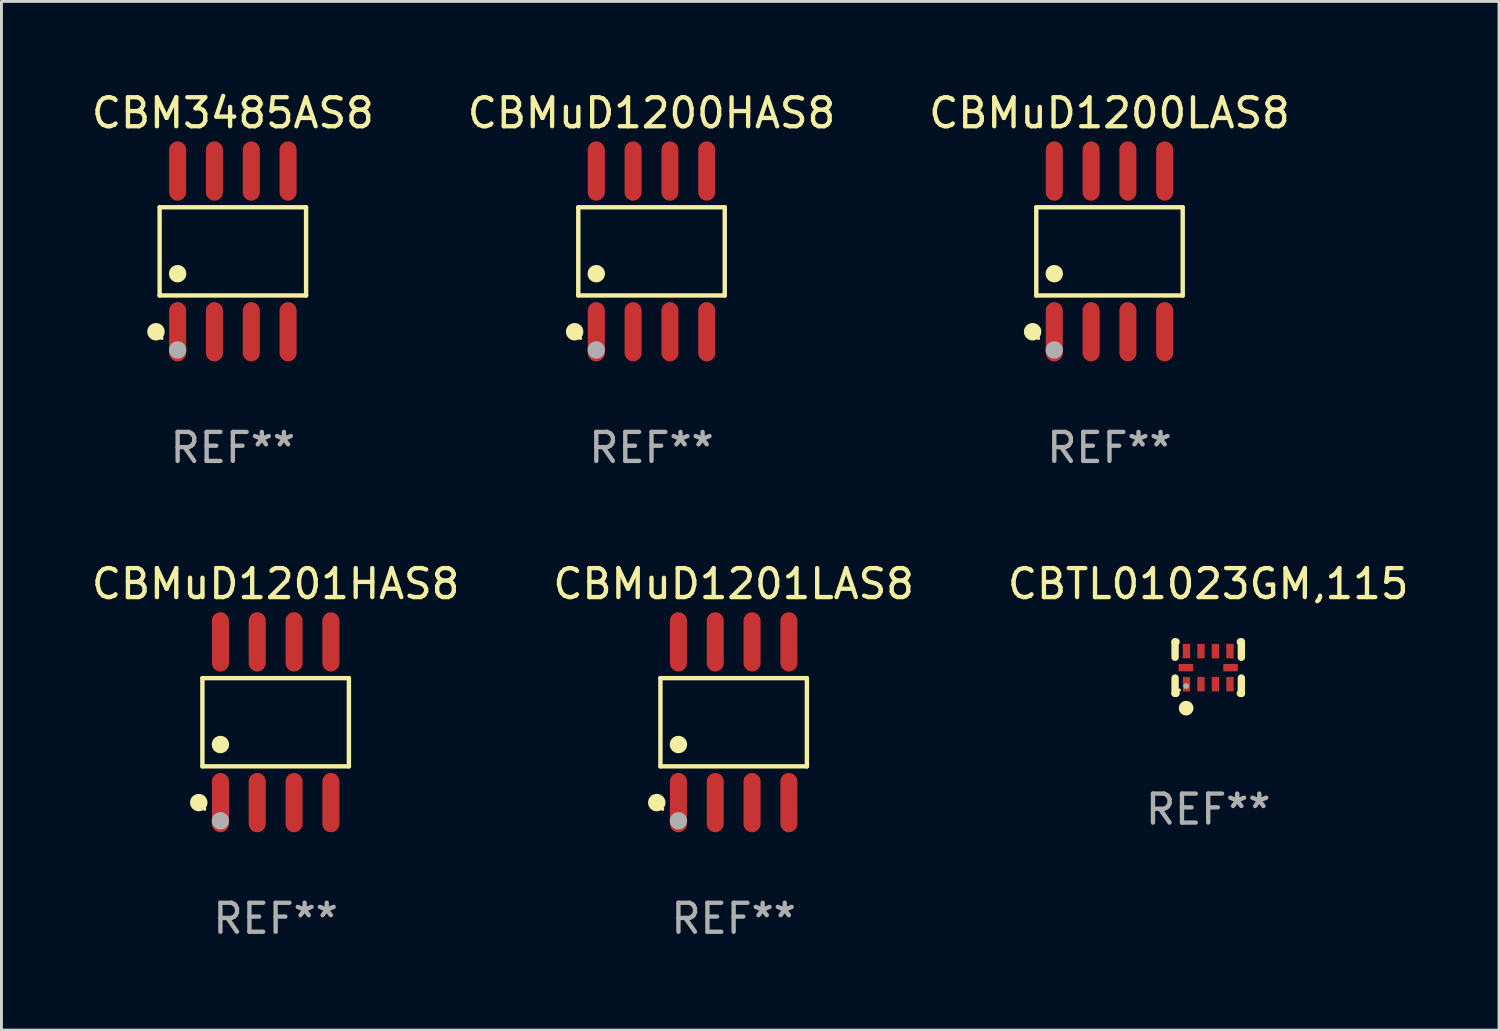
<source format=kicad_pcb>
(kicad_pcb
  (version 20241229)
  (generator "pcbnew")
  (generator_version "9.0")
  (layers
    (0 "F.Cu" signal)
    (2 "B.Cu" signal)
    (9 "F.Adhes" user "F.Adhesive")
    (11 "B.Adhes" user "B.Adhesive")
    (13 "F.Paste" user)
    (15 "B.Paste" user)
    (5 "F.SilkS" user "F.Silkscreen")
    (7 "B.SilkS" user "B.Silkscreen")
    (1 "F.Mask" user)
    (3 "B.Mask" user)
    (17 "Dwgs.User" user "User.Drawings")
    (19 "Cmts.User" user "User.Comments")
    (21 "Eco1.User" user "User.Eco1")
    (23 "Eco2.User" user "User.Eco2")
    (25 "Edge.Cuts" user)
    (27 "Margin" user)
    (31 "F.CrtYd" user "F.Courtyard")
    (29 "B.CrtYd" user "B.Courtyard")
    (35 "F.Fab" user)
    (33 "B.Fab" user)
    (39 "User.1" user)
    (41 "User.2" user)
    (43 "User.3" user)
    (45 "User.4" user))
  (footprint "CBTL01023GM,115"
    (layer "F.Cu")
    (at 38.625 19.979)
    (property "Reference" "CBTL01023GM,115" (at 0 -2.889 0) (layer "F.SilkS") (effects (font (size 1 1) (thickness 0.15))))
    (attr through_hole)
    (fp_line (start -1.143 -0.889) (end -1.143 -0.358) (stroke (width 0.254) (type solid)) (layer "F.SilkS"))
    (fp_line (start -1.143 0.358) (end -1.143 0.889) (stroke (width 0.254) (type solid)) (layer "F.SilkS"))
    (fp_line (start -1.143 0.889) (end -1.108 0.889) (stroke (width 0.254) (type solid)) (layer "F.SilkS"))
    (fp_line (start -1.108 -0.889) (end -1.143 -0.889) (stroke (width 0.254) (type solid)) (layer "F.SilkS"))
    (fp_line (start 1.108 0.889) (end 1.143 0.889) (stroke (width 0.254) (type solid)) (layer "F.SilkS"))
    (fp_line (start 1.143 -0.889) (end 1.108 -0.889) (stroke (width 0.254) (type solid)) (layer "F.SilkS"))
    (fp_line (start 1.143 -0.358) (end 1.143 -0.889) (stroke (width 0.254) (type solid)) (layer "F.SilkS"))
    (fp_line (start 1.143 0.889) (end 1.143 0.358) (stroke (width 0.254) (type solid)) (layer "F.SilkS"))
    (fp_circle (center -1 0.775) (end -0.97 0.775) (stroke (width 0.06) (type solid)) (fill no) (layer "F.SilkS"))
    (fp_circle (center -0.762 1.397) (end -0.635 1.397) (stroke (width 0.254) (type solid)) (fill no) (layer "F.SilkS"))
    (fp_circle (center -0.762 0.635) (end -0.712 0.635) (stroke (width 0.1) (type solid)) (fill no) (layer "F.Fab"))
    (fp_text user "REF**" (at 0 4.889 0) (layer "F.Fab") (effects (font (size 1 1) (thickness 0.15))))
    (pad "1" smd rect (at -0.75 0.57) (size 0.254 0.5) (layers "F.Cu" "F.Mask" "F.Paste"))
    (pad "2" smd rect (at -0.25 0.57) (size 0.254 0.5) (layers "F.Cu" "F.Mask" "F.Paste"))
    (pad "3" smd rect (at 0.25 0.57) (size 0.254 0.5) (layers "F.Cu" "F.Mask" "F.Paste"))
    (pad "4" smd rect (at 0.75 0.57) (size 0.254 0.5) (layers "F.Cu" "F.Mask" "F.Paste"))
    (pad "5" smd rect (at 0.77 0) (size 0.5 0.254) (layers "F.Cu" "F.Mask" "F.Paste"))
    (pad "6" smd rect (at 0.75 -0.57) (size 0.254 0.5) (layers "F.Cu" "F.Mask" "F.Paste"))
    (pad "7" smd rect (at 0.25 -0.57) (size 0.254 0.5) (layers "F.Cu" "F.Mask" "F.Paste"))
    (pad "8" smd rect (at -0.25 -0.57) (size 0.254 0.5) (layers "F.Cu" "F.Mask" "F.Paste"))
    (pad "9" smd rect (at -0.75 -0.57) (size 0.254 0.5) (layers "F.Cu" "F.Mask" "F.Paste"))
    (pad "10" smd rect (at -0.77 0) (size 0.5 0.254) (layers "F.Cu" "F.Mask" "F.Paste")))
  (footprint "CBM3485AS8"
    (layer "F.Cu")
    (at 4.982 5.621)
    (property "Reference" "CBM3485AS8" (at 0 -4.772 0) (layer "F.SilkS") (effects (font (size 1 1) (thickness 0.15))))
    (attr through_hole)
    (fp_line (start -2.526 -1.521) (end 2.526 -1.521) (stroke (width 0.152) (type solid)) (layer "F.SilkS"))
    (fp_line (start -2.526 1.521) (end -2.526 -1.521) (stroke (width 0.152) (type solid)) (layer "F.SilkS"))
    (fp_line (start 2.526 -1.521) (end 2.526 1.521) (stroke (width 0.152) (type solid)) (layer "F.SilkS"))
    (fp_line (start 2.526 1.521) (end -2.526 1.521) (stroke (width 0.152) (type solid)) (layer "F.SilkS"))
    (fp_circle (center -2.652 2.772) (end -2.501 2.772) (stroke (width 0.3) (type solid)) (fill no) (layer "F.SilkS"))
    (fp_circle (center -2.45 3) (end -2.42 3) (stroke (width 0.06) (type solid)) (fill no) (layer "F.SilkS"))
    (fp_circle (center -1.905 0.769) (end -1.755 0.769) (stroke (width 0.3) (type solid)) (fill no) (layer "F.SilkS"))
    (fp_circle (center -1.905 3.4) (end -1.755 3.4) (stroke (width 0.3) (type solid)) (fill no) (layer "F.Fab"))
    (fp_text user "REF**" (at 0 6.772 0) (layer "F.Fab") (effects (font (size 1 1) (thickness 0.15))))
    (pad "1" smd oval (at -1.905 2.772) (size 0.588 2.045) (layers "F.Cu" "F.Mask" "F.Paste"))
    (pad "2" smd oval (at -0.635 2.772) (size 0.588 2.045) (layers "F.Cu" "F.Mask" "F.Paste"))
    (pad "3" smd oval (at 0.635 2.772) (size 0.588 2.045) (layers "F.Cu" "F.Mask" "F.Paste"))
    (pad "4" smd oval (at 1.905 2.772) (size 0.588 2.045) (layers "F.Cu" "F.Mask" "F.Paste"))
    (pad "5" smd oval (at 1.905 -2.772) (size 0.588 2.045) (layers "F.Cu" "F.Mask" "F.Paste"))
    (pad "6" smd oval (at 0.635 -2.772) (size 0.588 2.045) (layers "F.Cu" "F.Mask" "F.Paste"))
    (pad "7" smd oval (at -0.635 -2.772) (size 0.588 2.045) (layers "F.Cu" "F.Mask" "F.Paste"))
    (pad "8" smd oval (at -1.905 -2.772) (size 0.588 2.045) (layers "F.Cu" "F.Mask" "F.Paste")))
  (footprint "CBMuD1200LAS8"
    (layer "F.Cu")
    (at 35.22 5.621)
    (property "Reference" "CBMuD1200LAS8" (at 0 -4.772 0) (layer "F.SilkS") (effects (font (size 1 1) (thickness 0.15))))
    (attr through_hole)
    (fp_line (start -2.526 -1.521) (end 2.526 -1.521) (stroke (width 0.152) (type solid)) (layer "F.SilkS"))
    (fp_line (start -2.526 1.521) (end -2.526 -1.521) (stroke (width 0.152) (type solid)) (layer "F.SilkS"))
    (fp_line (start 2.526 -1.521) (end 2.526 1.521) (stroke (width 0.152) (type solid)) (layer "F.SilkS"))
    (fp_line (start 2.526 1.521) (end -2.526 1.521) (stroke (width 0.152) (type solid)) (layer "F.SilkS"))
    (fp_circle (center -2.652 2.772) (end -2.501 2.772) (stroke (width 0.3) (type solid)) (fill no) (layer "F.SilkS"))
    (fp_circle (center -2.45 3) (end -2.42 3) (stroke (width 0.06) (type solid)) (fill no) (layer "F.SilkS"))
    (fp_circle (center -1.905 0.769) (end -1.755 0.769) (stroke (width 0.3) (type solid)) (fill no) (layer "F.SilkS"))
    (fp_circle (center -1.905 3.4) (end -1.755 3.4) (stroke (width 0.3) (type solid)) (fill no) (layer "F.Fab"))
    (fp_text user "REF**" (at 0 6.772 0) (layer "F.Fab") (effects (font (size 1 1) (thickness 0.15))))
    (pad "1" smd oval (at -1.905 2.772) (size 0.588 2.045) (layers "F.Cu" "F.Mask" "F.Paste"))
    (pad "2" smd oval (at -0.635 2.772) (size 0.588 2.045) (layers "F.Cu" "F.Mask" "F.Paste"))
    (pad "3" smd oval (at 0.635 2.772) (size 0.588 2.045) (layers "F.Cu" "F.Mask" "F.Paste"))
    (pad "4" smd oval (at 1.905 2.772) (size 0.588 2.045) (layers "F.Cu" "F.Mask" "F.Paste"))
    (pad "5" smd oval (at 1.905 -2.772) (size 0.588 2.045) (layers "F.Cu" "F.Mask" "F.Paste"))
    (pad "6" smd oval (at 0.635 -2.772) (size 0.588 2.045) (layers "F.Cu" "F.Mask" "F.Paste"))
    (pad "7" smd oval (at -0.635 -2.772) (size 0.588 2.045) (layers "F.Cu" "F.Mask" "F.Paste"))
    (pad "8" smd oval (at -1.905 -2.772) (size 0.588 2.045) (layers "F.Cu" "F.Mask" "F.Paste")))
  (footprint "CBMuD1201LAS8"
    (layer "F.Cu")
    (at 22.256 21.862)
    (property "Reference" "CBMuD1201LAS8" (at 0 -4.772 0) (layer "F.SilkS") (effects (font (size 1 1) (thickness 0.15))))
    (attr through_hole)
    (fp_line (start -2.526 -1.521) (end 2.526 -1.521) (stroke (width 0.152) (type solid)) (layer "F.SilkS"))
    (fp_line (start -2.526 1.521) (end -2.526 -1.521) (stroke (width 0.152) (type solid)) (layer "F.SilkS"))
    (fp_line (start 2.526 -1.521) (end 2.526 1.521) (stroke (width 0.152) (type solid)) (layer "F.SilkS"))
    (fp_line (start 2.526 1.521) (end -2.526 1.521) (stroke (width 0.152) (type solid)) (layer "F.SilkS"))
    (fp_circle (center -2.652 2.772) (end -2.501 2.772) (stroke (width 0.3) (type solid)) (fill no) (layer "F.SilkS"))
    (fp_circle (center -2.45 3) (end -2.42 3) (stroke (width 0.06) (type solid)) (fill no) (layer "F.SilkS"))
    (fp_circle (center -1.905 0.769) (end -1.755 0.769) (stroke (width 0.3) (type solid)) (fill no) (layer "F.SilkS"))
    (fp_circle (center -1.905 3.4) (end -1.755 3.4) (stroke (width 0.3) (type solid)) (fill no) (layer "F.Fab"))
    (fp_text user "REF**" (at 0 6.772 0) (layer "F.Fab") (effects (font (size 1 1) (thickness 0.15))))
    (pad "1" smd oval (at -1.905 2.772) (size 0.588 2.045) (layers "F.Cu" "F.Mask" "F.Paste"))
    (pad "2" smd oval (at -0.635 2.772) (size 0.588 2.045) (layers "F.Cu" "F.Mask" "F.Paste"))
    (pad "3" smd oval (at 0.635 2.772) (size 0.588 2.045) (layers "F.Cu" "F.Mask" "F.Paste"))
    (pad "4" smd oval (at 1.905 2.772) (size 0.588 2.045) (layers "F.Cu" "F.Mask" "F.Paste"))
    (pad "5" smd oval (at 1.905 -2.772) (size 0.588 2.045) (layers "F.Cu" "F.Mask" "F.Paste"))
    (pad "6" smd oval (at 0.635 -2.772) (size 0.588 2.045) (layers "F.Cu" "F.Mask" "F.Paste"))
    (pad "7" smd oval (at -0.635 -2.772) (size 0.588 2.045) (layers "F.Cu" "F.Mask" "F.Paste"))
    (pad "8" smd oval (at -1.905 -2.772) (size 0.588 2.045) (layers "F.Cu" "F.Mask" "F.Paste")))
  (footprint "CBMuD1200HAS8"
    (layer "F.Cu")
    (at 19.423 5.621)
    (property "Reference" "CBMuD1200HAS8" (at 0 -4.772 0) (layer "F.SilkS") (effects (font (size 1 1) (thickness 0.15))))
    (attr through_hole)
    (fp_line (start -2.526 -1.521) (end 2.526 -1.521) (stroke (width 0.152) (type solid)) (layer "F.SilkS"))
    (fp_line (start -2.526 1.521) (end -2.526 -1.521) (stroke (width 0.152) (type solid)) (layer "F.SilkS"))
    (fp_line (start 2.526 -1.521) (end 2.526 1.521) (stroke (width 0.152) (type solid)) (layer "F.SilkS"))
    (fp_line (start 2.526 1.521) (end -2.526 1.521) (stroke (width 0.152) (type solid)) (layer "F.SilkS"))
    (fp_circle (center -2.652 2.772) (end -2.501 2.772) (stroke (width 0.3) (type solid)) (fill no) (layer "F.SilkS"))
    (fp_circle (center -2.45 3) (end -2.42 3) (stroke (width 0.06) (type solid)) (fill no) (layer "F.SilkS"))
    (fp_circle (center -1.905 0.769) (end -1.755 0.769) (stroke (width 0.3) (type solid)) (fill no) (layer "F.SilkS"))
    (fp_circle (center -1.905 3.4) (end -1.755 3.4) (stroke (width 0.3) (type solid)) (fill no) (layer "F.Fab"))
    (fp_text user "REF**" (at 0 6.772 0) (layer "F.Fab") (effects (font (size 1 1) (thickness 0.15))))
    (pad "1" smd oval (at -1.905 2.772) (size 0.588 2.045) (layers "F.Cu" "F.Mask" "F.Paste"))
    (pad "2" smd oval (at -0.635 2.772) (size 0.588 2.045) (layers "F.Cu" "F.Mask" "F.Paste"))
    (pad "3" smd oval (at 0.635 2.772) (size 0.588 2.045) (layers "F.Cu" "F.Mask" "F.Paste"))
    (pad "4" smd oval (at 1.905 2.772) (size 0.588 2.045) (layers "F.Cu" "F.Mask" "F.Paste"))
    (pad "5" smd oval (at 1.905 -2.772) (size 0.588 2.045) (layers "F.Cu" "F.Mask" "F.Paste"))
    (pad "6" smd oval (at 0.635 -2.772) (size 0.588 2.045) (layers "F.Cu" "F.Mask" "F.Paste"))
    (pad "7" smd oval (at -0.635 -2.772) (size 0.588 2.045) (layers "F.Cu" "F.Mask" "F.Paste"))
    (pad "8" smd oval (at -1.905 -2.772) (size 0.588 2.045) (layers "F.Cu" "F.Mask" "F.Paste")))
  (footprint "CBMuD1201HAS8"
    (layer "F.Cu")
    (at 6.458 21.862)
    (property "Reference" "CBMuD1201HAS8" (at 0 -4.772 0) (layer "F.SilkS") (effects (font (size 1 1) (thickness 0.15))))
    (attr through_hole)
    (fp_line (start -2.526 -1.521) (end 2.526 -1.521) (stroke (width 0.152) (type solid)) (layer "F.SilkS"))
    (fp_line (start -2.526 1.521) (end -2.526 -1.521) (stroke (width 0.152) (type solid)) (layer "F.SilkS"))
    (fp_line (start 2.526 -1.521) (end 2.526 1.521) (stroke (width 0.152) (type solid)) (layer "F.SilkS"))
    (fp_line (start 2.526 1.521) (end -2.526 1.521) (stroke (width 0.152) (type solid)) (layer "F.SilkS"))
    (fp_circle (center -2.652 2.772) (end -2.501 2.772) (stroke (width 0.3) (type solid)) (fill no) (layer "F.SilkS"))
    (fp_circle (center -2.45 3) (end -2.42 3) (stroke (width 0.06) (type solid)) (fill no) (layer "F.SilkS"))
    (fp_circle (center -1.905 0.769) (end -1.755 0.769) (stroke (width 0.3) (type solid)) (fill no) (layer "F.SilkS"))
    (fp_circle (center -1.905 3.4) (end -1.755 3.4) (stroke (width 0.3) (type solid)) (fill no) (layer "F.Fab"))
    (fp_text user "REF**" (at 0 6.772 0) (layer "F.Fab") (effects (font (size 1 1) (thickness 0.15))))
    (pad "1" smd oval (at -1.905 2.772) (size 0.588 2.045) (layers "F.Cu" "F.Mask" "F.Paste"))
    (pad "2" smd oval (at -0.635 2.772) (size 0.588 2.045) (layers "F.Cu" "F.Mask" "F.Paste"))
    (pad "3" smd oval (at 0.635 2.772) (size 0.588 2.045) (layers "F.Cu" "F.Mask" "F.Paste"))
    (pad "4" smd oval (at 1.905 2.772) (size 0.588 2.045) (layers "F.Cu" "F.Mask" "F.Paste"))
    (pad "5" smd oval (at 1.905 -2.772) (size 0.588 2.045) (layers "F.Cu" "F.Mask" "F.Paste"))
    (pad "6" smd oval (at 0.635 -2.772) (size 0.588 2.045) (layers "F.Cu" "F.Mask" "F.Paste"))
    (pad "7" smd oval (at -0.635 -2.772) (size 0.588 2.045) (layers "F.Cu" "F.Mask" "F.Paste"))
    (pad "8" smd oval (at -1.905 -2.772) (size 0.588 2.045) (layers "F.Cu" "F.Mask" "F.Paste")))
  (gr_rect
    (start -3 -3)
    (end 48.655 32.483)
    (stroke (width 0.1) (type default))
    (fill no)
    (layer "Edge.Cuts")))
</source>
